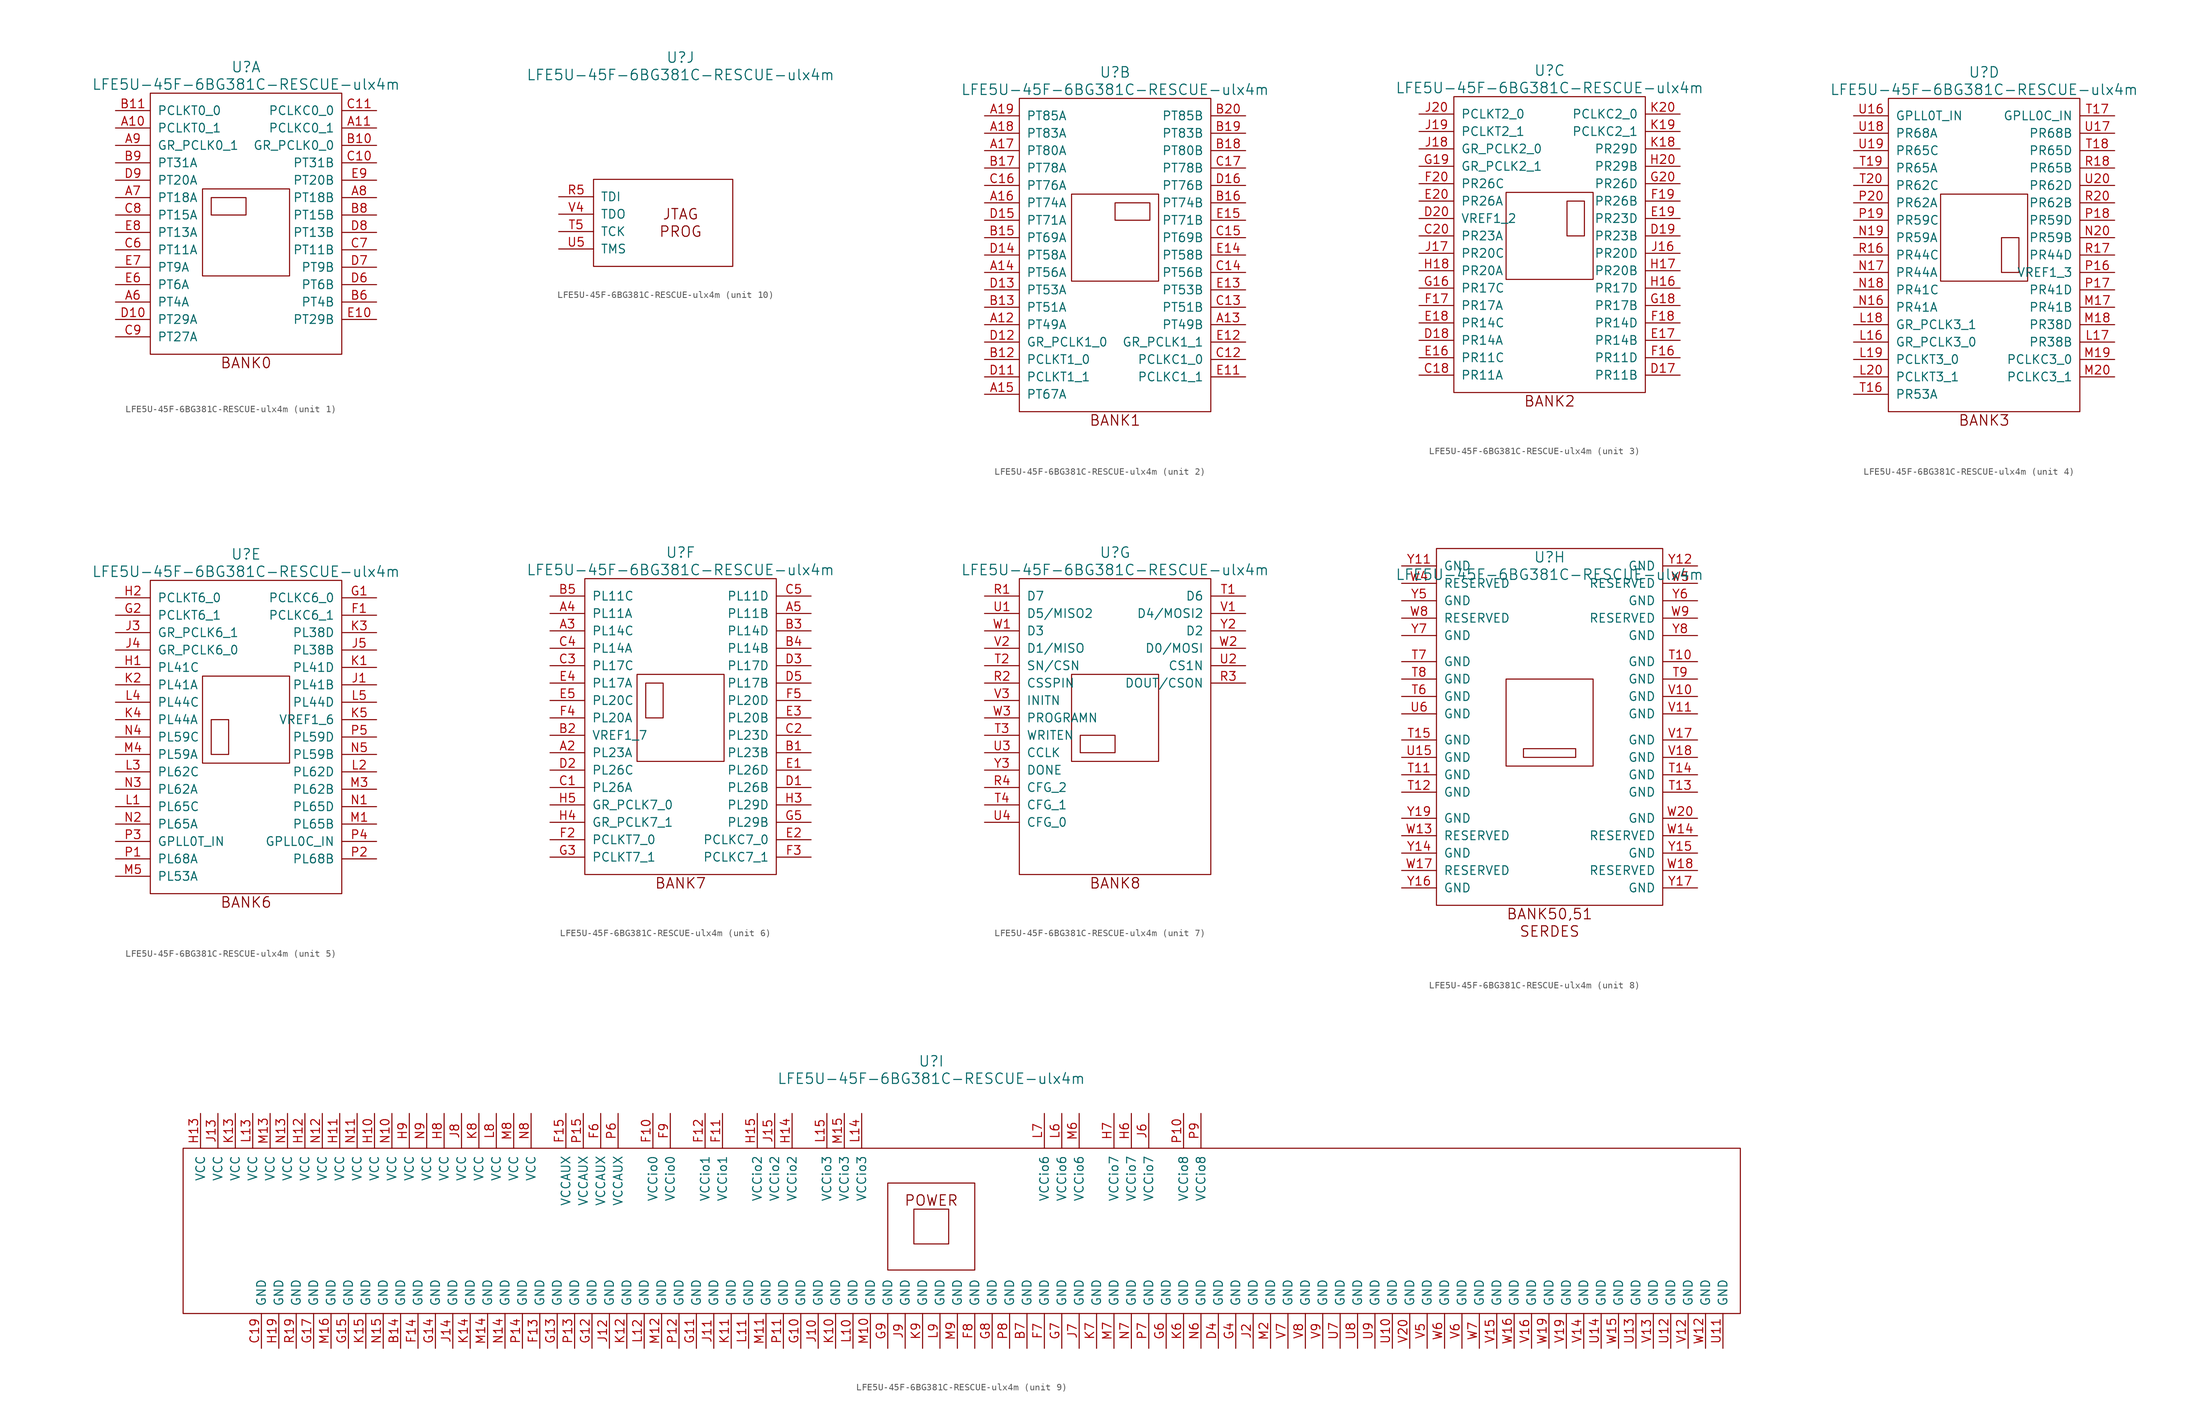
<source format=kicad_sym>
(kicad_symbol_lib
  (version 20231120)
  (generator "kicad_symbol_editor")
  (generator_version "8.0")
  (symbol "LFE5U-45F-6BG381C-RESCUE-ulx4m"
    (pin_names
      (offset 1.016))
    (property "Reference" "U"
      (at 0 24.13 0)
      (effects (font (size 1.524 1.524))))
    (property "Value" "LFE5U-45F-6BG381C-RESCUE-ulx4m"
      (at 0 21.59 0)
      (effects (font (size 1.524 1.524))))
    (property "Footprint" ""
      (at -26.67 24.13 0)
      (effects (font (size 1.524 1.524))))
    (property "Datasheet" ""
      (at -26.67 24.13 0)
      (effects (font (size 1.524 1.524))))
    (property "ki_locked" ""
      (at 0 0 0)
      (effects (font (size 1.27 1.27))))
    (symbol "LFE5U-45F-6BG381C-RESCUE-ulx4m_1_1"
      (rectangle (start -13.97 20.32) (end 13.97 -17.78) (stroke (width 0) (type solid)) (fill (type none)))
      (rectangle (start -6.35 6.35) (end 6.35 -6.35) (stroke (width 0) (type solid)) (fill (type none)))
      (rectangle (start -5.08 5.08) (end 0 2.54) (stroke (width 0) (type solid)) (fill (type none)))
      (text "BANK0" (at 0 -19.05 0) (effects (font (size 1.524 1.524))))
      (pin input line (at -19.05 15.24 0) (length 5.08) (name "PCLKT0_1" (effects (font (size 1.27 1.27)))) (number "A10" (effects (font (size 1.27 1.27)))))
      (pin input line (at 19.05 15.24 180) (length 5.08) (name "PCLKC0_1" (effects (font (size 1.27 1.27)))) (number "A11" (effects (font (size 1.27 1.27)))))
      (pin input line (at -19.05 -10.16 0) (length 5.08) (name "PT4A" (effects (font (size 1.27 1.27)))) (number "A6" (effects (font (size 1.27 1.27)))))
      (pin input line (at -19.05 5.08 0) (length 5.08) (name "PT18A" (effects (font (size 1.27 1.27)))) (number "A7" (effects (font (size 1.27 1.27)))))
      (pin input line (at 19.05 5.08 180) (length 5.08) (name "PT18B" (effects (font (size 1.27 1.27)))) (number "A8" (effects (font (size 1.27 1.27)))))
      (pin input line (at -19.05 12.7 0) (length 5.08) (name "GR_PCLK0_1" (effects (font (size 1.27 1.27)))) (number "A9" (effects (font (size 1.27 1.27)))))
      (pin input line (at 19.05 12.7 180) (length 5.08) (name "GR_PCLK0_0" (effects (font (size 1.27 1.27)))) (number "B10" (effects (font (size 1.27 1.27)))))
      (pin input line (at -19.05 17.78 0) (length 5.08) (name "PCLKT0_0" (effects (font (size 1.27 1.27)))) (number "B11" (effects (font (size 1.27 1.27)))))
      (pin input line (at 19.05 -10.16 180) (length 5.08) (name "PT4B" (effects (font (size 1.27 1.27)))) (number "B6" (effects (font (size 1.27 1.27)))))
      (pin input line (at 19.05 2.54 180) (length 5.08) (name "PT15B" (effects (font (size 1.27 1.27)))) (number "B8" (effects (font (size 1.27 1.27)))))
      (pin input line (at -19.05 10.16 0) (length 5.08) (name "PT31A" (effects (font (size 1.27 1.27)))) (number "B9" (effects (font (size 1.27 1.27)))))
      (pin input line (at 19.05 10.16 180) (length 5.08) (name "PT31B" (effects (font (size 1.27 1.27)))) (number "C10" (effects (font (size 1.27 1.27)))))
      (pin input line (at 19.05 17.78 180) (length 5.08) (name "PCLKC0_0" (effects (font (size 1.27 1.27)))) (number "C11" (effects (font (size 1.27 1.27)))))
      (pin input line (at -19.05 -2.54 0) (length 5.08) (name "PT11A" (effects (font (size 1.27 1.27)))) (number "C6" (effects (font (size 1.27 1.27)))))
      (pin input line (at 19.05 -2.54 180) (length 5.08) (name "PT11B" (effects (font (size 1.27 1.27)))) (number "C7" (effects (font (size 1.27 1.27)))))
      (pin input line (at -19.05 2.54 0) (length 5.08) (name "PT15A" (effects (font (size 1.27 1.27)))) (number "C8" (effects (font (size 1.27 1.27)))))
      (pin input line (at -19.05 -15.24 0) (length 5.08) (name "PT27A" (effects (font (size 1.27 1.27)))) (number "C9" (effects (font (size 1.27 1.27)))))
      (pin input line (at -19.05 -12.7 0) (length 5.08) (name "PT29A" (effects (font (size 1.27 1.27)))) (number "D10" (effects (font (size 1.27 1.27)))))
      (pin input line (at 19.05 -7.62 180) (length 5.08) (name "PT6B" (effects (font (size 1.27 1.27)))) (number "D6" (effects (font (size 1.27 1.27)))))
      (pin input line (at 19.05 -5.08 180) (length 5.08) (name "PT9B" (effects (font (size 1.27 1.27)))) (number "D7" (effects (font (size 1.27 1.27)))))
      (pin input line (at 19.05 0 180) (length 5.08) (name "PT13B" (effects (font (size 1.27 1.27)))) (number "D8" (effects (font (size 1.27 1.27)))))
      (pin input line (at -19.05 7.62 0) (length 5.08) (name "PT20A" (effects (font (size 1.27 1.27)))) (number "D9" (effects (font (size 1.27 1.27)))))
      (pin input line (at 19.05 -12.7 180) (length 5.08) (name "PT29B" (effects (font (size 1.27 1.27)))) (number "E10" (effects (font (size 1.27 1.27)))))
      (pin input line (at -19.05 -7.62 0) (length 5.08) (name "PT6A" (effects (font (size 1.27 1.27)))) (number "E6" (effects (font (size 1.27 1.27)))))
      (pin input line (at -19.05 -5.08 0) (length 5.08) (name "PT9A" (effects (font (size 1.27 1.27)))) (number "E7" (effects (font (size 1.27 1.27)))))
      (pin input line (at -19.05 0 0) (length 5.08) (name "PT13A" (effects (font (size 1.27 1.27)))) (number "E8" (effects (font (size 1.27 1.27)))))
      (pin input line (at 19.05 7.62 180) (length 5.08) (name "PT20B" (effects (font (size 1.27 1.27)))) (number "E9" (effects (font (size 1.27 1.27))))))
    (symbol "LFE5U-45F-6BG381C-RESCUE-ulx4m_2_0"
      (text "BANK1" (at 0 -26.67 0) (effects (font (size 1.524 1.524)))))
    (symbol "LFE5U-45F-6BG381C-RESCUE-ulx4m_2_1"
      (rectangle (start -13.97 20.32) (end 13.97 -25.4) (stroke (width 0) (type solid)) (fill (type none)))
      (rectangle (start -6.35 6.35) (end 6.35 -6.35) (stroke (width 0) (type solid)) (fill (type none)))
      (rectangle (start 0 5.08) (end 5.08 2.54) (stroke (width 0) (type solid)) (fill (type none)))
      (pin input line (at -19.05 -12.7 0) (length 5.08) (name "PT49A" (effects (font (size 1.27 1.27)))) (number "A12" (effects (font (size 1.27 1.27)))))
      (pin input line (at 19.05 -12.7 180) (length 5.08) (name "PT49B" (effects (font (size 1.27 1.27)))) (number "A13" (effects (font (size 1.27 1.27)))))
      (pin input line (at -19.05 -5.08 0) (length 5.08) (name "PT56A" (effects (font (size 1.27 1.27)))) (number "A14" (effects (font (size 1.27 1.27)))))
      (pin input line (at -19.05 -22.86 0) (length 5.08) (name "PT67A" (effects (font (size 1.27 1.27)))) (number "A15" (effects (font (size 1.27 1.27)))))
      (pin input line (at -19.05 5.08 0) (length 5.08) (name "PT74A" (effects (font (size 1.27 1.27)))) (number "A16" (effects (font (size 1.27 1.27)))))
      (pin input line (at -19.05 12.7 0) (length 5.08) (name "PT80A" (effects (font (size 1.27 1.27)))) (number "A17" (effects (font (size 1.27 1.27)))))
      (pin input line (at -19.05 15.24 0) (length 5.08) (name "PT83A" (effects (font (size 1.27 1.27)))) (number "A18" (effects (font (size 1.27 1.27)))))
      (pin input line (at -19.05 17.78 0) (length 5.08) (name "PT85A" (effects (font (size 1.27 1.27)))) (number "A19" (effects (font (size 1.27 1.27)))))
      (pin input line (at -19.05 -17.78 0) (length 5.08) (name "PCLKT1_0" (effects (font (size 1.27 1.27)))) (number "B12" (effects (font (size 1.27 1.27)))))
      (pin input line (at -19.05 -10.16 0) (length 5.08) (name "PT51A" (effects (font (size 1.27 1.27)))) (number "B13" (effects (font (size 1.27 1.27)))))
      (pin input line (at -19.05 0 0) (length 5.08) (name "PT69A" (effects (font (size 1.27 1.27)))) (number "B15" (effects (font (size 1.27 1.27)))))
      (pin input line (at 19.05 5.08 180) (length 5.08) (name "PT74B" (effects (font (size 1.27 1.27)))) (number "B16" (effects (font (size 1.27 1.27)))))
      (pin input line (at -19.05 10.16 0) (length 5.08) (name "PT78A" (effects (font (size 1.27 1.27)))) (number "B17" (effects (font (size 1.27 1.27)))))
      (pin input line (at 19.05 12.7 180) (length 5.08) (name "PT80B" (effects (font (size 1.27 1.27)))) (number "B18" (effects (font (size 1.27 1.27)))))
      (pin input line (at 19.05 15.24 180) (length 5.08) (name "PT83B" (effects (font (size 1.27 1.27)))) (number "B19" (effects (font (size 1.27 1.27)))))
      (pin input line (at 19.05 17.78 180) (length 5.08) (name "PT85B" (effects (font (size 1.27 1.27)))) (number "B20" (effects (font (size 1.27 1.27)))))
      (pin input line (at 19.05 -17.78 180) (length 5.08) (name "PCLKC1_0" (effects (font (size 1.27 1.27)))) (number "C12" (effects (font (size 1.27 1.27)))))
      (pin input line (at 19.05 -10.16 180) (length 5.08) (name "PT51B" (effects (font (size 1.27 1.27)))) (number "C13" (effects (font (size 1.27 1.27)))))
      (pin input line (at 19.05 -5.08 180) (length 5.08) (name "PT56B" (effects (font (size 1.27 1.27)))) (number "C14" (effects (font (size 1.27 1.27)))))
      (pin input line (at 19.05 0 180) (length 5.08) (name "PT69B" (effects (font (size 1.27 1.27)))) (number "C15" (effects (font (size 1.27 1.27)))))
      (pin input line (at -19.05 7.62 0) (length 5.08) (name "PT76A" (effects (font (size 1.27 1.27)))) (number "C16" (effects (font (size 1.27 1.27)))))
      (pin input line (at 19.05 10.16 180) (length 5.08) (name "PT78B" (effects (font (size 1.27 1.27)))) (number "C17" (effects (font (size 1.27 1.27)))))
      (pin input line (at -19.05 -20.32 0) (length 5.08) (name "PCLKT1_1" (effects (font (size 1.27 1.27)))) (number "D11" (effects (font (size 1.27 1.27)))))
      (pin input line (at -19.05 -15.24 0) (length 5.08) (name "GR_PCLK1_0" (effects (font (size 1.27 1.27)))) (number "D12" (effects (font (size 1.27 1.27)))))
      (pin input line (at -19.05 -7.62 0) (length 5.08) (name "PT53A" (effects (font (size 1.27 1.27)))) (number "D13" (effects (font (size 1.27 1.27)))))
      (pin input line (at -19.05 -2.54 0) (length 5.08) (name "PT58A" (effects (font (size 1.27 1.27)))) (number "D14" (effects (font (size 1.27 1.27)))))
      (pin input line (at -19.05 2.54 0) (length 5.08) (name "PT71A" (effects (font (size 1.27 1.27)))) (number "D15" (effects (font (size 1.27 1.27)))))
      (pin input line (at 19.05 7.62 180) (length 5.08) (name "PT76B" (effects (font (size 1.27 1.27)))) (number "D16" (effects (font (size 1.27 1.27)))))
      (pin input line (at 19.05 -20.32 180) (length 5.08) (name "PCLKC1_1" (effects (font (size 1.27 1.27)))) (number "E11" (effects (font (size 1.27 1.27)))))
      (pin input line (at 19.05 -15.24 180) (length 5.08) (name "GR_PCLK1_1" (effects (font (size 1.27 1.27)))) (number "E12" (effects (font (size 1.27 1.27)))))
      (pin input line (at 19.05 -7.62 180) (length 5.08) (name "PT53B" (effects (font (size 1.27 1.27)))) (number "E13" (effects (font (size 1.27 1.27)))))
      (pin input line (at 19.05 -2.54 180) (length 5.08) (name "PT58B" (effects (font (size 1.27 1.27)))) (number "E14" (effects (font (size 1.27 1.27)))))
      (pin input line (at 19.05 2.54 180) (length 5.08) (name "PT71B" (effects (font (size 1.27 1.27)))) (number "E15" (effects (font (size 1.27 1.27))))))
    (symbol "LFE5U-45F-6BG381C-RESCUE-ulx4m_3_0"
      (text "BANK2" (at 0 -24.13 0) (effects (font (size 1.524 1.524)))))
    (symbol "LFE5U-45F-6BG381C-RESCUE-ulx4m_3_1"
      (rectangle (start -13.97 20.32) (end 13.97 -22.86) (stroke (width 0) (type solid)) (fill (type none)))
      (rectangle (start -6.35 6.35) (end 6.35 -6.35) (stroke (width 0) (type solid)) (fill (type none)))
      (rectangle (start 5.08 5.08) (end 2.54 0) (stroke (width 0) (type solid)) (fill (type none)))
      (pin input line (at -19.05 -20.32 0) (length 5.08) (name "PR11A" (effects (font (size 1.27 1.27)))) (number "C18" (effects (font (size 1.27 1.27)))))
      (pin input line (at -19.05 0 0) (length 5.08) (name "PR23A" (effects (font (size 1.27 1.27)))) (number "C20" (effects (font (size 1.27 1.27)))))
      (pin input line (at 19.05 -20.32 180) (length 5.08) (name "PR11B" (effects (font (size 1.27 1.27)))) (number "D17" (effects (font (size 1.27 1.27)))))
      (pin input line (at -19.05 -15.24 0) (length 5.08) (name "PR14A" (effects (font (size 1.27 1.27)))) (number "D18" (effects (font (size 1.27 1.27)))))
      (pin input line (at 19.05 0 180) (length 5.08) (name "PR23B" (effects (font (size 1.27 1.27)))) (number "D19" (effects (font (size 1.27 1.27)))))
      (pin input line (at -19.05 2.54 0) (length 5.08) (name "VREF1_2" (effects (font (size 1.27 1.27)))) (number "D20" (effects (font (size 1.27 1.27)))))
      (pin input line (at -19.05 -17.78 0) (length 5.08) (name "PR11C" (effects (font (size 1.27 1.27)))) (number "E16" (effects (font (size 1.27 1.27)))))
      (pin input line (at 19.05 -15.24 180) (length 5.08) (name "PR14B" (effects (font (size 1.27 1.27)))) (number "E17" (effects (font (size 1.27 1.27)))))
      (pin input line (at -19.05 -12.7 0) (length 5.08) (name "PR14C" (effects (font (size 1.27 1.27)))) (number "E18" (effects (font (size 1.27 1.27)))))
      (pin input line (at 19.05 2.54 180) (length 5.08) (name "PR23D" (effects (font (size 1.27 1.27)))) (number "E19" (effects (font (size 1.27 1.27)))))
      (pin input line (at -19.05 5.08 0) (length 5.08) (name "PR26A" (effects (font (size 1.27 1.27)))) (number "E20" (effects (font (size 1.27 1.27)))))
      (pin input line (at 19.05 -17.78 180) (length 5.08) (name "PR11D" (effects (font (size 1.27 1.27)))) (number "F16" (effects (font (size 1.27 1.27)))))
      (pin input line (at -19.05 -10.16 0) (length 5.08) (name "PR17A" (effects (font (size 1.27 1.27)))) (number "F17" (effects (font (size 1.27 1.27)))))
      (pin input line (at 19.05 -12.7 180) (length 5.08) (name "PR14D" (effects (font (size 1.27 1.27)))) (number "F18" (effects (font (size 1.27 1.27)))))
      (pin input line (at 19.05 5.08 180) (length 5.08) (name "PR26B" (effects (font (size 1.27 1.27)))) (number "F19" (effects (font (size 1.27 1.27)))))
      (pin input line (at -19.05 7.62 0) (length 5.08) (name "PR26C" (effects (font (size 1.27 1.27)))) (number "F20" (effects (font (size 1.27 1.27)))))
      (pin input line (at -19.05 -7.62 0) (length 5.08) (name "PR17C" (effects (font (size 1.27 1.27)))) (number "G16" (effects (font (size 1.27 1.27)))))
      (pin input line (at 19.05 -10.16 180) (length 5.08) (name "PR17B" (effects (font (size 1.27 1.27)))) (number "G18" (effects (font (size 1.27 1.27)))))
      (pin input line (at -19.05 10.16 0) (length 5.08) (name "GR_PCLK2_1" (effects (font (size 1.27 1.27)))) (number "G19" (effects (font (size 1.27 1.27)))))
      (pin input line (at 19.05 7.62 180) (length 5.08) (name "PR26D" (effects (font (size 1.27 1.27)))) (number "G20" (effects (font (size 1.27 1.27)))))
      (pin input line (at 19.05 -7.62 180) (length 5.08) (name "PR17D" (effects (font (size 1.27 1.27)))) (number "H16" (effects (font (size 1.27 1.27)))))
      (pin input line (at 19.05 -5.08 180) (length 5.08) (name "PR20B" (effects (font (size 1.27 1.27)))) (number "H17" (effects (font (size 1.27 1.27)))))
      (pin input line (at -19.05 -5.08 0) (length 5.08) (name "PR20A" (effects (font (size 1.27 1.27)))) (number "H18" (effects (font (size 1.27 1.27)))))
      (pin input line (at 19.05 10.16 180) (length 5.08) (name "PR29B" (effects (font (size 1.27 1.27)))) (number "H20" (effects (font (size 1.27 1.27)))))
      (pin input line (at 19.05 -2.54 180) (length 5.08) (name "PR20D" (effects (font (size 1.27 1.27)))) (number "J16" (effects (font (size 1.27 1.27)))))
      (pin input line (at -19.05 -2.54 0) (length 5.08) (name "PR20C" (effects (font (size 1.27 1.27)))) (number "J17" (effects (font (size 1.27 1.27)))))
      (pin input line (at -19.05 12.7 0) (length 5.08) (name "GR_PCLK2_0" (effects (font (size 1.27 1.27)))) (number "J18" (effects (font (size 1.27 1.27)))))
      (pin input line (at -19.05 15.24 0) (length 5.08) (name "PCLKT2_1" (effects (font (size 1.27 1.27)))) (number "J19" (effects (font (size 1.27 1.27)))))
      (pin input line (at -19.05 17.78 0) (length 5.08) (name "PCLKT2_0" (effects (font (size 1.27 1.27)))) (number "J20" (effects (font (size 1.27 1.27)))))
      (pin input line (at 19.05 12.7 180) (length 5.08) (name "PR29D" (effects (font (size 1.27 1.27)))) (number "K18" (effects (font (size 1.27 1.27)))))
      (pin input line (at 19.05 15.24 180) (length 5.08) (name "PCLKC2_1" (effects (font (size 1.27 1.27)))) (number "K19" (effects (font (size 1.27 1.27)))))
      (pin input line (at 19.05 17.78 180) (length 5.08) (name "PCLKC2_0" (effects (font (size 1.27 1.27)))) (number "K20" (effects (font (size 1.27 1.27))))))
    (symbol "LFE5U-45F-6BG381C-RESCUE-ulx4m_4_0"
      (text "BANK3" (at 0 -26.67 0) (effects (font (size 1.524 1.524)))))
    (symbol "LFE5U-45F-6BG381C-RESCUE-ulx4m_4_1"
      (rectangle (start -13.97 20.32) (end 13.97 -25.4) (stroke (width 0) (type solid)) (fill (type none)))
      (rectangle (start -6.35 6.35) (end 6.35 -6.35) (stroke (width 0) (type solid)) (fill (type none)))
      (rectangle (start 2.54 0) (end 5.08 -5.08) (stroke (width 0) (type solid)) (fill (type none)))
      (pin input line (at -19.05 -15.24 0) (length 5.08) (name "GR_PCLK3_0" (effects (font (size 1.27 1.27)))) (number "L16" (effects (font (size 1.27 1.27)))))
      (pin input line (at 19.05 -15.24 180) (length 5.08) (name "PR38B" (effects (font (size 1.27 1.27)))) (number "L17" (effects (font (size 1.27 1.27)))))
      (pin input line (at -19.05 -12.7 0) (length 5.08) (name "GR_PCLK3_1" (effects (font (size 1.27 1.27)))) (number "L18" (effects (font (size 1.27 1.27)))))
      (pin input line (at -19.05 -17.78 0) (length 5.08) (name "PCLKT3_0" (effects (font (size 1.27 1.27)))) (number "L19" (effects (font (size 1.27 1.27)))))
      (pin input line (at -19.05 -20.32 0) (length 5.08) (name "PCLKT3_1" (effects (font (size 1.27 1.27)))) (number "L20" (effects (font (size 1.27 1.27)))))
      (pin input line (at 19.05 -10.16 180) (length 5.08) (name "PR41B" (effects (font (size 1.27 1.27)))) (number "M17" (effects (font (size 1.27 1.27)))))
      (pin input line (at 19.05 -12.7 180) (length 5.08) (name "PR38D" (effects (font (size 1.27 1.27)))) (number "M18" (effects (font (size 1.27 1.27)))))
      (pin input line (at 19.05 -17.78 180) (length 5.08) (name "PCLKC3_0" (effects (font (size 1.27 1.27)))) (number "M19" (effects (font (size 1.27 1.27)))))
      (pin input line (at 19.05 -20.32 180) (length 5.08) (name "PCLKC3_1" (effects (font (size 1.27 1.27)))) (number "M20" (effects (font (size 1.27 1.27)))))
      (pin input line (at -19.05 -10.16 0) (length 5.08) (name "PR41A" (effects (font (size 1.27 1.27)))) (number "N16" (effects (font (size 1.27 1.27)))))
      (pin input line (at -19.05 -5.08 0) (length 5.08) (name "PR44A" (effects (font (size 1.27 1.27)))) (number "N17" (effects (font (size 1.27 1.27)))))
      (pin input line (at -19.05 -7.62 0) (length 5.08) (name "PR41C" (effects (font (size 1.27 1.27)))) (number "N18" (effects (font (size 1.27 1.27)))))
      (pin input line (at -19.05 0 0) (length 5.08) (name "PR59A" (effects (font (size 1.27 1.27)))) (number "N19" (effects (font (size 1.27 1.27)))))
      (pin input line (at 19.05 0 180) (length 5.08) (name "PR59B" (effects (font (size 1.27 1.27)))) (number "N20" (effects (font (size 1.27 1.27)))))
      (pin input line (at 19.05 -5.08 180) (length 5.08) (name "VREF1_3" (effects (font (size 1.27 1.27)))) (number "P16" (effects (font (size 1.27 1.27)))))
      (pin input line (at 19.05 -7.62 180) (length 5.08) (name "PR41D" (effects (font (size 1.27 1.27)))) (number "P17" (effects (font (size 1.27 1.27)))))
      (pin input line (at 19.05 2.54 180) (length 5.08) (name "PR59D" (effects (font (size 1.27 1.27)))) (number "P18" (effects (font (size 1.27 1.27)))))
      (pin input line (at -19.05 2.54 0) (length 5.08) (name "PR59C" (effects (font (size 1.27 1.27)))) (number "P19" (effects (font (size 1.27 1.27)))))
      (pin input line (at -19.05 5.08 0) (length 5.08) (name "PR62A" (effects (font (size 1.27 1.27)))) (number "P20" (effects (font (size 1.27 1.27)))))
      (pin input line (at -19.05 -2.54 0) (length 5.08) (name "PR44C" (effects (font (size 1.27 1.27)))) (number "R16" (effects (font (size 1.27 1.27)))))
      (pin input line (at 19.05 -2.54 180) (length 5.08) (name "PR44D" (effects (font (size 1.27 1.27)))) (number "R17" (effects (font (size 1.27 1.27)))))
      (pin input line (at 19.05 10.16 180) (length 5.08) (name "PR65B" (effects (font (size 1.27 1.27)))) (number "R18" (effects (font (size 1.27 1.27)))))
      (pin input line (at 19.05 5.08 180) (length 5.08) (name "PR62B" (effects (font (size 1.27 1.27)))) (number "R20" (effects (font (size 1.27 1.27)))))
      (pin input line (at -19.05 -22.86 0) (length 5.08) (name "PR53A" (effects (font (size 1.27 1.27)))) (number "T16" (effects (font (size 1.27 1.27)))))
      (pin input line (at 19.05 17.78 180) (length 5.08) (name "GPLL0C_IN" (effects (font (size 1.27 1.27)))) (number "T17" (effects (font (size 1.27 1.27)))))
      (pin input line (at 19.05 12.7 180) (length 5.08) (name "PR65D" (effects (font (size 1.27 1.27)))) (number "T18" (effects (font (size 1.27 1.27)))))
      (pin input line (at -19.05 10.16 0) (length 5.08) (name "PR65A" (effects (font (size 1.27 1.27)))) (number "T19" (effects (font (size 1.27 1.27)))))
      (pin input line (at -19.05 7.62 0) (length 5.08) (name "PR62C" (effects (font (size 1.27 1.27)))) (number "T20" (effects (font (size 1.27 1.27)))))
      (pin input line (at -19.05 17.78 0) (length 5.08) (name "GPLL0T_IN" (effects (font (size 1.27 1.27)))) (number "U16" (effects (font (size 1.27 1.27)))))
      (pin input line (at 19.05 15.24 180) (length 5.08) (name "PR68B" (effects (font (size 1.27 1.27)))) (number "U17" (effects (font (size 1.27 1.27)))))
      (pin input line (at -19.05 15.24 0) (length 5.08) (name "PR68A" (effects (font (size 1.27 1.27)))) (number "U18" (effects (font (size 1.27 1.27)))))
      (pin input line (at -19.05 12.7 0) (length 5.08) (name "PR65C" (effects (font (size 1.27 1.27)))) (number "U19" (effects (font (size 1.27 1.27)))))
      (pin input line (at 19.05 7.62 180) (length 5.08) (name "PR62D" (effects (font (size 1.27 1.27)))) (number "U20" (effects (font (size 1.27 1.27))))))
    (symbol "LFE5U-45F-6BG381C-RESCUE-ulx4m_5_0"
      (text "BANK6" (at 0 -26.67 0) (effects (font (size 1.524 1.524)))))
    (symbol "LFE5U-45F-6BG381C-RESCUE-ulx4m_5_1"
      (rectangle (start -13.97 20.32) (end 13.97 -25.4) (stroke (width 0) (type solid)) (fill (type none)))
      (rectangle (start -6.35 6.35) (end 6.35 -6.35) (stroke (width 0) (type solid)) (fill (type none)))
      (rectangle (start -5.08 0) (end -2.54 -5.08) (stroke (width 0) (type solid)) (fill (type none)))
      (pin input line (at 19.05 15.24 180) (length 5.08) (name "PCLKC6_1" (effects (font (size 1.27 1.27)))) (number "F1" (effects (font (size 1.27 1.27)))))
      (pin input line (at 19.05 17.78 180) (length 5.08) (name "PCLKC6_0" (effects (font (size 1.27 1.27)))) (number "G1" (effects (font (size 1.27 1.27)))))
      (pin input line (at -19.05 15.24 0) (length 5.08) (name "PCLKT6_1" (effects (font (size 1.27 1.27)))) (number "G2" (effects (font (size 1.27 1.27)))))
      (pin input line (at -19.05 7.62 0) (length 5.08) (name "PL41C" (effects (font (size 1.27 1.27)))) (number "H1" (effects (font (size 1.27 1.27)))))
      (pin input line (at -19.05 17.78 0) (length 5.08) (name "PCLKT6_0" (effects (font (size 1.27 1.27)))) (number "H2" (effects (font (size 1.27 1.27)))))
      (pin input line (at 19.05 5.08 180) (length 5.08) (name "PL41B" (effects (font (size 1.27 1.27)))) (number "J1" (effects (font (size 1.27 1.27)))))
      (pin input line (at -19.05 12.7 0) (length 5.08) (name "GR_PCLK6_1" (effects (font (size 1.27 1.27)))) (number "J3" (effects (font (size 1.27 1.27)))))
      (pin input line (at -19.05 10.16 0) (length 5.08) (name "GR_PCLK6_0" (effects (font (size 1.27 1.27)))) (number "J4" (effects (font (size 1.27 1.27)))))
      (pin input line (at 19.05 10.16 180) (length 5.08) (name "PL38B" (effects (font (size 1.27 1.27)))) (number "J5" (effects (font (size 1.27 1.27)))))
      (pin input line (at 19.05 7.62 180) (length 5.08) (name "PL41D" (effects (font (size 1.27 1.27)))) (number "K1" (effects (font (size 1.27 1.27)))))
      (pin input line (at -19.05 5.08 0) (length 5.08) (name "PL41A" (effects (font (size 1.27 1.27)))) (number "K2" (effects (font (size 1.27 1.27)))))
      (pin input line (at 19.05 12.7 180) (length 5.08) (name "PL38D" (effects (font (size 1.27 1.27)))) (number "K3" (effects (font (size 1.27 1.27)))))
      (pin input line (at -19.05 0 0) (length 5.08) (name "PL44A" (effects (font (size 1.27 1.27)))) (number "K4" (effects (font (size 1.27 1.27)))))
      (pin input line (at 19.05 0 180) (length 5.08) (name "VREF1_6" (effects (font (size 1.27 1.27)))) (number "K5" (effects (font (size 1.27 1.27)))))
      (pin input line (at -19.05 -12.7 0) (length 5.08) (name "PL65C" (effects (font (size 1.27 1.27)))) (number "L1" (effects (font (size 1.27 1.27)))))
      (pin input line (at 19.05 -7.62 180) (length 5.08) (name "PL62D" (effects (font (size 1.27 1.27)))) (number "L2" (effects (font (size 1.27 1.27)))))
      (pin input line (at -19.05 -7.62 0) (length 5.08) (name "PL62C" (effects (font (size 1.27 1.27)))) (number "L3" (effects (font (size 1.27 1.27)))))
      (pin input line (at -19.05 2.54 0) (length 5.08) (name "PL44C" (effects (font (size 1.27 1.27)))) (number "L4" (effects (font (size 1.27 1.27)))))
      (pin input line (at 19.05 2.54 180) (length 5.08) (name "PL44D" (effects (font (size 1.27 1.27)))) (number "L5" (effects (font (size 1.27 1.27)))))
      (pin input line (at 19.05 -15.24 180) (length 5.08) (name "PL65B" (effects (font (size 1.27 1.27)))) (number "M1" (effects (font (size 1.27 1.27)))))
      (pin input line (at 19.05 -10.16 180) (length 5.08) (name "PL62B" (effects (font (size 1.27 1.27)))) (number "M3" (effects (font (size 1.27 1.27)))))
      (pin input line (at -19.05 -5.08 0) (length 5.08) (name "PL59A" (effects (font (size 1.27 1.27)))) (number "M4" (effects (font (size 1.27 1.27)))))
      (pin input line (at -19.05 -22.86 0) (length 5.08) (name "PL53A" (effects (font (size 1.27 1.27)))) (number "M5" (effects (font (size 1.27 1.27)))))
      (pin input line (at 19.05 -12.7 180) (length 5.08) (name "PL65D" (effects (font (size 1.27 1.27)))) (number "N1" (effects (font (size 1.27 1.27)))))
      (pin input line (at -19.05 -15.24 0) (length 5.08) (name "PL65A" (effects (font (size 1.27 1.27)))) (number "N2" (effects (font (size 1.27 1.27)))))
      (pin input line (at -19.05 -10.16 0) (length 5.08) (name "PL62A" (effects (font (size 1.27 1.27)))) (number "N3" (effects (font (size 1.27 1.27)))))
      (pin input line (at -19.05 -2.54 0) (length 5.08) (name "PL59C" (effects (font (size 1.27 1.27)))) (number "N4" (effects (font (size 1.27 1.27)))))
      (pin input line (at 19.05 -5.08 180) (length 5.08) (name "PL59B" (effects (font (size 1.27 1.27)))) (number "N5" (effects (font (size 1.27 1.27)))))
      (pin input line (at -19.05 -20.32 0) (length 5.08) (name "PL68A" (effects (font (size 1.27 1.27)))) (number "P1" (effects (font (size 1.27 1.27)))))
      (pin input line (at 19.05 -20.32 180) (length 5.08) (name "PL68B" (effects (font (size 1.27 1.27)))) (number "P2" (effects (font (size 1.27 1.27)))))
      (pin input line (at -19.05 -17.78 0) (length 5.08) (name "GPLL0T_IN" (effects (font (size 1.27 1.27)))) (number "P3" (effects (font (size 1.27 1.27)))))
      (pin input line (at 19.05 -17.78 180) (length 5.08) (name "GPLL0C_IN" (effects (font (size 1.27 1.27)))) (number "P4" (effects (font (size 1.27 1.27)))))
      (pin input line (at 19.05 -2.54 180) (length 5.08) (name "PL59D" (effects (font (size 1.27 1.27)))) (number "P5" (effects (font (size 1.27 1.27))))))
    (symbol "LFE5U-45F-6BG381C-RESCUE-ulx4m_6_0"
      (text "BANK7" (at 0 -24.13 0) (effects (font (size 1.524 1.524)))))
    (symbol "LFE5U-45F-6BG381C-RESCUE-ulx4m_6_1"
      (rectangle (start -13.97 20.32) (end 13.97 -22.86) (stroke (width 0) (type solid)) (fill (type none)))
      (rectangle (start -6.35 6.35) (end 6.35 -6.35) (stroke (width 0) (type solid)) (fill (type none)))
      (rectangle (start -5.08 5.08) (end -2.54 0) (stroke (width 0) (type solid)) (fill (type none)))
      (pin input line (at -19.05 -5.08 0) (length 5.08) (name "PL23A" (effects (font (size 1.27 1.27)))) (number "A2" (effects (font (size 1.27 1.27)))))
      (pin input line (at -19.05 12.7 0) (length 5.08) (name "PL14C" (effects (font (size 1.27 1.27)))) (number "A3" (effects (font (size 1.27 1.27)))))
      (pin input line (at -19.05 15.24 0) (length 5.08) (name "PL11A" (effects (font (size 1.27 1.27)))) (number "A4" (effects (font (size 1.27 1.27)))))
      (pin input line (at 19.05 15.24 180) (length 5.08) (name "PL11B" (effects (font (size 1.27 1.27)))) (number "A5" (effects (font (size 1.27 1.27)))))
      (pin input line (at 19.05 -5.08 180) (length 5.08) (name "PL23B" (effects (font (size 1.27 1.27)))) (number "B1" (effects (font (size 1.27 1.27)))))
      (pin input line (at -19.05 -2.54 0) (length 5.08) (name "VREF1_7" (effects (font (size 1.27 1.27)))) (number "B2" (effects (font (size 1.27 1.27)))))
      (pin input line (at 19.05 12.7 180) (length 5.08) (name "PL14D" (effects (font (size 1.27 1.27)))) (number "B3" (effects (font (size 1.27 1.27)))))
      (pin input line (at 19.05 10.16 180) (length 5.08) (name "PL14B" (effects (font (size 1.27 1.27)))) (number "B4" (effects (font (size 1.27 1.27)))))
      (pin input line (at -19.05 17.78 0) (length 5.08) (name "PL11C" (effects (font (size 1.27 1.27)))) (number "B5" (effects (font (size 1.27 1.27)))))
      (pin input line (at -19.05 -10.16 0) (length 5.08) (name "PL26A" (effects (font (size 1.27 1.27)))) (number "C1" (effects (font (size 1.27 1.27)))))
      (pin input line (at 19.05 -2.54 180) (length 5.08) (name "PL23D" (effects (font (size 1.27 1.27)))) (number "C2" (effects (font (size 1.27 1.27)))))
      (pin input line (at -19.05 7.62 0) (length 5.08) (name "PL17C" (effects (font (size 1.27 1.27)))) (number "C3" (effects (font (size 1.27 1.27)))))
      (pin input line (at -19.05 10.16 0) (length 5.08) (name "PL14A" (effects (font (size 1.27 1.27)))) (number "C4" (effects (font (size 1.27 1.27)))))
      (pin input line (at 19.05 17.78 180) (length 5.08) (name "PL11D" (effects (font (size 1.27 1.27)))) (number "C5" (effects (font (size 1.27 1.27)))))
      (pin input line (at 19.05 -10.16 180) (length 5.08) (name "PL26B" (effects (font (size 1.27 1.27)))) (number "D1" (effects (font (size 1.27 1.27)))))
      (pin input line (at -19.05 -7.62 0) (length 5.08) (name "PL26C" (effects (font (size 1.27 1.27)))) (number "D2" (effects (font (size 1.27 1.27)))))
      (pin input line (at 19.05 7.62 180) (length 5.08) (name "PL17D" (effects (font (size 1.27 1.27)))) (number "D3" (effects (font (size 1.27 1.27)))))
      (pin input line (at 19.05 5.08 180) (length 5.08) (name "PL17B" (effects (font (size 1.27 1.27)))) (number "D5" (effects (font (size 1.27 1.27)))))
      (pin input line (at 19.05 -7.62 180) (length 5.08) (name "PL26D" (effects (font (size 1.27 1.27)))) (number "E1" (effects (font (size 1.27 1.27)))))
      (pin input line (at 19.05 -17.78 180) (length 5.08) (name "PCLKC7_0" (effects (font (size 1.27 1.27)))) (number "E2" (effects (font (size 1.27 1.27)))))
      (pin input line (at 19.05 0 180) (length 5.08) (name "PL20B" (effects (font (size 1.27 1.27)))) (number "E3" (effects (font (size 1.27 1.27)))))
      (pin input line (at -19.05 5.08 0) (length 5.08) (name "PL17A" (effects (font (size 1.27 1.27)))) (number "E4" (effects (font (size 1.27 1.27)))))
      (pin input line (at -19.05 2.54 0) (length 5.08) (name "PL20C" (effects (font (size 1.27 1.27)))) (number "E5" (effects (font (size 1.27 1.27)))))
      (pin input line (at -19.05 -17.78 0) (length 5.08) (name "PCLKT7_0" (effects (font (size 1.27 1.27)))) (number "F2" (effects (font (size 1.27 1.27)))))
      (pin input line (at 19.05 -20.32 180) (length 5.08) (name "PCLKC7_1" (effects (font (size 1.27 1.27)))) (number "F3" (effects (font (size 1.27 1.27)))))
      (pin input line (at -19.05 0 0) (length 5.08) (name "PL20A" (effects (font (size 1.27 1.27)))) (number "F4" (effects (font (size 1.27 1.27)))))
      (pin input line (at 19.05 2.54 180) (length 5.08) (name "PL20D" (effects (font (size 1.27 1.27)))) (number "F5" (effects (font (size 1.27 1.27)))))
      (pin input line (at -19.05 -20.32 0) (length 5.08) (name "PCLKT7_1" (effects (font (size 1.27 1.27)))) (number "G3" (effects (font (size 1.27 1.27)))))
      (pin input line (at 19.05 -15.24 180) (length 5.08) (name "PL29B" (effects (font (size 1.27 1.27)))) (number "G5" (effects (font (size 1.27 1.27)))))
      (pin input line (at 19.05 -12.7 180) (length 5.08) (name "PL29D" (effects (font (size 1.27 1.27)))) (number "H3" (effects (font (size 1.27 1.27)))))
      (pin input line (at -19.05 -15.24 0) (length 5.08) (name "GR_PCLK7_1" (effects (font (size 1.27 1.27)))) (number "H4" (effects (font (size 1.27 1.27)))))
      (pin input line (at -19.05 -12.7 0) (length 5.08) (name "GR_PCLK7_0" (effects (font (size 1.27 1.27)))) (number "H5" (effects (font (size 1.27 1.27))))))
    (symbol "LFE5U-45F-6BG381C-RESCUE-ulx4m_7_0"
      (text "BANK8" (at 0 -24.13 0) (effects (font (size 1.524 1.524)))))
    (symbol "LFE5U-45F-6BG381C-RESCUE-ulx4m_7_1"
      (rectangle (start -13.97 20.32) (end 13.97 -22.86) (stroke (width 0) (type solid)) (fill (type none)))
      (rectangle (start -6.35 6.35) (end 6.35 -6.35) (stroke (width 0) (type solid)) (fill (type none)))
      (rectangle (start -5.08 -5.08) (end 0 -2.54) (stroke (width 0) (type solid)) (fill (type none)))
      (pin input line (at -19.05 17.78 0) (length 5.08) (name "D7" (effects (font (size 1.27 1.27)))) (number "R1" (effects (font (size 1.27 1.27)))))
      (pin input line (at -19.05 5.08 0) (length 5.08) (name "CSSPIN" (effects (font (size 1.27 1.27)))) (number "R2" (effects (font (size 1.27 1.27)))))
      (pin input line (at 19.05 5.08 180) (length 5.08) (name "DOUT/CSON" (effects (font (size 1.27 1.27)))) (number "R3" (effects (font (size 1.27 1.27)))))
      (pin input line (at -19.05 -10.16 0) (length 5.08) (name "CFG_2" (effects (font (size 1.27 1.27)))) (number "R4" (effects (font (size 1.27 1.27)))))
      (pin input line (at 19.05 17.78 180) (length 5.08) (name "D6" (effects (font (size 1.27 1.27)))) (number "T1" (effects (font (size 1.27 1.27)))))
      (pin input line (at -19.05 7.62 0) (length 5.08) (name "SN/CSN" (effects (font (size 1.27 1.27)))) (number "T2" (effects (font (size 1.27 1.27)))))
      (pin input line (at -19.05 -2.54 0) (length 5.08) (name "WRITEN" (effects (font (size 1.27 1.27)))) (number "T3" (effects (font (size 1.27 1.27)))))
      (pin input line (at -19.05 -12.7 0) (length 5.08) (name "CFG_1" (effects (font (size 1.27 1.27)))) (number "T4" (effects (font (size 1.27 1.27)))))
      (pin input line (at -19.05 15.24 0) (length 5.08) (name "D5/MISO2" (effects (font (size 1.27 1.27)))) (number "U1" (effects (font (size 1.27 1.27)))))
      (pin input line (at 19.05 7.62 180) (length 5.08) (name "CS1N" (effects (font (size 1.27 1.27)))) (number "U2" (effects (font (size 1.27 1.27)))))
      (pin input line (at -19.05 -5.08 0) (length 5.08) (name "CCLK" (effects (font (size 1.27 1.27)))) (number "U3" (effects (font (size 1.27 1.27)))))
      (pin input line (at -19.05 -15.24 0) (length 5.08) (name "CFG_0" (effects (font (size 1.27 1.27)))) (number "U4" (effects (font (size 1.27 1.27)))))
      (pin input line (at 19.05 15.24 180) (length 5.08) (name "D4/MOSI2" (effects (font (size 1.27 1.27)))) (number "V1" (effects (font (size 1.27 1.27)))))
      (pin input line (at -19.05 10.16 0) (length 5.08) (name "D1/MISO" (effects (font (size 1.27 1.27)))) (number "V2" (effects (font (size 1.27 1.27)))))
      (pin input line (at -19.05 2.54 0) (length 5.08) (name "INITN" (effects (font (size 1.27 1.27)))) (number "V3" (effects (font (size 1.27 1.27)))))
      (pin input line (at -19.05 12.7 0) (length 5.08) (name "D3" (effects (font (size 1.27 1.27)))) (number "W1" (effects (font (size 1.27 1.27)))))
      (pin input line (at 19.05 10.16 180) (length 5.08) (name "D0/MOSI" (effects (font (size 1.27 1.27)))) (number "W2" (effects (font (size 1.27 1.27)))))
      (pin input line (at -19.05 0 0) (length 5.08) (name "PROGRAMN" (effects (font (size 1.27 1.27)))) (number "W3" (effects (font (size 1.27 1.27)))))
      (pin input line (at 19.05 12.7 180) (length 5.08) (name "D2" (effects (font (size 1.27 1.27)))) (number "Y2" (effects (font (size 1.27 1.27)))))
      (pin input line (at -19.05 -7.62 0) (length 5.08) (name "DONE" (effects (font (size 1.27 1.27)))) (number "Y3" (effects (font (size 1.27 1.27))))))
    (symbol "LFE5U-45F-6BG381C-RESCUE-ulx4m_8_0"
      (text "BANK50,51" (at 0 -27.94 0) (effects (font (size 1.524 1.524)))))
    (symbol "LFE5U-45F-6BG381C-RESCUE-ulx4m_8_1"
      (rectangle (start -16.51 25.4) (end 16.51 -26.67) (stroke (width 0) (type solid)) (fill (type none)))
      (rectangle (start -6.35 6.35) (end 6.35 -6.35) (stroke (width 0) (type solid)) (fill (type none)))
      (rectangle (start 3.81 -5.08) (end -3.81 -3.81) (stroke (width 0) (type solid)) (fill (type none)))
      (text "SERDES" (at 0 -30.48 0) (effects (font (size 1.524 1.524))))
      (pin input line (at 21.59 8.89 180) (length 5.08) (name "GND" (effects (font (size 1.27 1.27)))) (number "T10" (effects (font (size 1.27 1.27)))))
      (pin input line (at -21.59 -7.62 0) (length 5.08) (name "GND" (effects (font (size 1.27 1.27)))) (number "T11" (effects (font (size 1.27 1.27)))))
      (pin input line (at -21.59 -10.16 0) (length 5.08) (name "GND" (effects (font (size 1.27 1.27)))) (number "T12" (effects (font (size 1.27 1.27)))))
      (pin input line (at 21.59 -10.16 180) (length 5.08) (name "GND" (effects (font (size 1.27 1.27)))) (number "T13" (effects (font (size 1.27 1.27)))))
      (pin input line (at 21.59 -7.62 180) (length 5.08) (name "GND" (effects (font (size 1.27 1.27)))) (number "T14" (effects (font (size 1.27 1.27)))))
      (pin input line (at -21.59 -2.54 0) (length 5.08) (name "GND" (effects (font (size 1.27 1.27)))) (number "T15" (effects (font (size 1.27 1.27)))))
      (pin input line (at -21.59 3.81 0) (length 5.08) (name "GND" (effects (font (size 1.27 1.27)))) (number "T6" (effects (font (size 1.27 1.27)))))
      (pin input line (at -21.59 8.89 0) (length 5.08) (name "GND" (effects (font (size 1.27 1.27)))) (number "T7" (effects (font (size 1.27 1.27)))))
      (pin input line (at -21.59 6.35 0) (length 5.08) (name "GND" (effects (font (size 1.27 1.27)))) (number "T8" (effects (font (size 1.27 1.27)))))
      (pin input line (at 21.59 6.35 180) (length 5.08) (name "GND" (effects (font (size 1.27 1.27)))) (number "T9" (effects (font (size 1.27 1.27)))))
      (pin input line (at -21.59 -5.08 0) (length 5.08) (name "GND" (effects (font (size 1.27 1.27)))) (number "U15" (effects (font (size 1.27 1.27)))))
      (pin input line (at -21.59 1.27 0) (length 5.08) (name "GND" (effects (font (size 1.27 1.27)))) (number "U6" (effects (font (size 1.27 1.27)))))
      (pin input line (at 21.59 3.81 180) (length 5.08) (name "GND" (effects (font (size 1.27 1.27)))) (number "V10" (effects (font (size 1.27 1.27)))))
      (pin input line (at 21.59 1.27 180) (length 5.08) (name "GND" (effects (font (size 1.27 1.27)))) (number "V11" (effects (font (size 1.27 1.27)))))
      (pin input line (at 21.59 -2.54 180) (length 5.08) (name "GND" (effects (font (size 1.27 1.27)))) (number "V17" (effects (font (size 1.27 1.27)))))
      (pin input line (at 21.59 -5.08 180) (length 5.08) (name "GND" (effects (font (size 1.27 1.27)))) (number "V18" (effects (font (size 1.27 1.27)))))
      (pin input line (at -21.59 -16.51 0) (length 5.08) (name "RESERVED" (effects (font (size 1.27 1.27)))) (number "W13" (effects (font (size 1.27 1.27)))))
      (pin input line (at 21.59 -16.51 180) (length 5.08) (name "RESERVED" (effects (font (size 1.27 1.27)))) (number "W14" (effects (font (size 1.27 1.27)))))
      (pin input line (at -21.59 -21.59 0) (length 5.08) (name "RESERVED" (effects (font (size 1.27 1.27)))) (number "W17" (effects (font (size 1.27 1.27)))))
      (pin input line (at 21.59 -21.59 180) (length 5.08) (name "RESERVED" (effects (font (size 1.27 1.27)))) (number "W18" (effects (font (size 1.27 1.27)))))
      (pin input line (at 21.59 -13.97 180) (length 5.08) (name "GND" (effects (font (size 1.27 1.27)))) (number "W20" (effects (font (size 1.27 1.27)))))
      (pin input line (at -21.59 20.32 0) (length 5.08) (name "RESERVED" (effects (font (size 1.27 1.27)))) (number "W4" (effects (font (size 1.27 1.27)))))
      (pin input line (at 21.59 20.32 180) (length 5.08) (name "RESERVED" (effects (font (size 1.27 1.27)))) (number "W5" (effects (font (size 1.27 1.27)))))
      (pin input line (at -21.59 15.24 0) (length 5.08) (name "RESERVED" (effects (font (size 1.27 1.27)))) (number "W8" (effects (font (size 1.27 1.27)))))
      (pin input line (at 21.59 15.24 180) (length 5.08) (name "RESERVED" (effects (font (size 1.27 1.27)))) (number "W9" (effects (font (size 1.27 1.27)))))
      (pin input line (at -21.59 22.86 0) (length 5.08) (name "GND" (effects (font (size 1.27 1.27)))) (number "Y11" (effects (font (size 1.27 1.27)))))
      (pin input line (at 21.59 22.86 180) (length 5.08) (name "GND" (effects (font (size 1.27 1.27)))) (number "Y12" (effects (font (size 1.27 1.27)))))
      (pin input line (at -21.59 -19.05 0) (length 5.08) (name "GND" (effects (font (size 1.27 1.27)))) (number "Y14" (effects (font (size 1.27 1.27)))))
      (pin input line (at 21.59 -19.05 180) (length 5.08) (name "GND" (effects (font (size 1.27 1.27)))) (number "Y15" (effects (font (size 1.27 1.27)))))
      (pin input line (at -21.59 -24.13 0) (length 5.08) (name "GND" (effects (font (size 1.27 1.27)))) (number "Y16" (effects (font (size 1.27 1.27)))))
      (pin input line (at 21.59 -24.13 180) (length 5.08) (name "GND" (effects (font (size 1.27 1.27)))) (number "Y17" (effects (font (size 1.27 1.27)))))
      (pin input line (at -21.59 -13.97 0) (length 5.08) (name "GND" (effects (font (size 1.27 1.27)))) (number "Y19" (effects (font (size 1.27 1.27)))))
      (pin input line (at -21.59 17.78 0) (length 5.08) (name "GND" (effects (font (size 1.27 1.27)))) (number "Y5" (effects (font (size 1.27 1.27)))))
      (pin input line (at 21.59 17.78 180) (length 5.08) (name "GND" (effects (font (size 1.27 1.27)))) (number "Y6" (effects (font (size 1.27 1.27)))))
      (pin input line (at -21.59 12.7 0) (length 5.08) (name "GND" (effects (font (size 1.27 1.27)))) (number "Y7" (effects (font (size 1.27 1.27)))))
      (pin input line (at 21.59 12.7 180) (length 5.08) (name "GND" (effects (font (size 1.27 1.27)))) (number "Y8" (effects (font (size 1.27 1.27))))))
    (symbol "LFE5U-45F-6BG381C-RESCUE-ulx4m_9_1"
      (rectangle (start -109.22 11.43) (end 118.11 -12.7) (stroke (width 0) (type solid)) (fill (type none)))
      (rectangle (start -6.35 6.35) (end 6.35 -6.35) (stroke (width 0) (type solid)) (fill (type none)))
      (rectangle (start -2.54 2.54) (end 2.54 -2.54) (stroke (width 0) (type solid)) (fill (type none)))
      (text "POWER" (at 0 3.81 0) (effects (font (size 1.524 1.524))))
      (pin input line (at -77.47 -17.78 90) (length 5.08) (name "GND" (effects (font (size 1.27 1.27)))) (number "B14" (effects (font (size 1.27 1.27)))))
      (pin input line (at 13.97 -17.78 90) (length 5.08) (name "GND" (effects (font (size 1.27 1.27)))) (number "B7" (effects (font (size 1.27 1.27)))))
      (pin input line (at -97.79 -17.78 90) (length 5.08) (name "GND" (effects (font (size 1.27 1.27)))) (number "C19" (effects (font (size 1.27 1.27)))))
      (pin input line (at 41.91 -17.78 90) (length 5.08) (name "GND" (effects (font (size 1.27 1.27)))) (number "D4" (effects (font (size 1.27 1.27)))))
      (pin input line (at -40.64 16.51 270) (length 5.08) (name "VCCio0" (effects (font (size 1.27 1.27)))) (number "F10" (effects (font (size 1.27 1.27)))))
      (pin input line (at -30.48 16.51 270) (length 5.08) (name "VCCio1" (effects (font (size 1.27 1.27)))) (number "F11" (effects (font (size 1.27 1.27)))))
      (pin input line (at -33.02 16.51 270) (length 5.08) (name "VCCio1" (effects (font (size 1.27 1.27)))) (number "F12" (effects (font (size 1.27 1.27)))))
      (pin input line (at -57.15 -17.78 90) (length 5.08) (name "GND" (effects (font (size 1.27 1.27)))) (number "F13" (effects (font (size 1.27 1.27)))))
      (pin input line (at -74.93 -17.78 90) (length 5.08) (name "GND" (effects (font (size 1.27 1.27)))) (number "F14" (effects (font (size 1.27 1.27)))))
      (pin input line (at -53.34 16.51 270) (length 5.08) (name "VCCAUX" (effects (font (size 1.27 1.27)))) (number "F15" (effects (font (size 1.27 1.27)))))
      (pin input line (at -48.26 16.51 270) (length 5.08) (name "VCCAUX" (effects (font (size 1.27 1.27)))) (number "F6" (effects (font (size 1.27 1.27)))))
      (pin input line (at 16.51 -17.78 90) (length 5.08) (name "GND" (effects (font (size 1.27 1.27)))) (number "F7" (effects (font (size 1.27 1.27)))))
      (pin input line (at 6.35 -17.78 90) (length 5.08) (name "GND" (effects (font (size 1.27 1.27)))) (number "F8" (effects (font (size 1.27 1.27)))))
      (pin input line (at -38.1 16.51 270) (length 5.08) (name "VCCio0" (effects (font (size 1.27 1.27)))) (number "F9" (effects (font (size 1.27 1.27)))))
      (pin input line (at -19.05 -17.78 90) (length 5.08) (name "GND" (effects (font (size 1.27 1.27)))) (number "G10" (effects (font (size 1.27 1.27)))))
      (pin input line (at -34.29 -17.78 90) (length 5.08) (name "GND" (effects (font (size 1.27 1.27)))) (number "G11" (effects (font (size 1.27 1.27)))))
      (pin input line (at -49.53 -17.78 90) (length 5.08) (name "GND" (effects (font (size 1.27 1.27)))) (number "G12" (effects (font (size 1.27 1.27)))))
      (pin input line (at -54.61 -17.78 90) (length 5.08) (name "GND" (effects (font (size 1.27 1.27)))) (number "G13" (effects (font (size 1.27 1.27)))))
      (pin input line (at -72.39 -17.78 90) (length 5.08) (name "GND" (effects (font (size 1.27 1.27)))) (number "G14" (effects (font (size 1.27 1.27)))))
      (pin input line (at -85.09 -17.78 90) (length 5.08) (name "GND" (effects (font (size 1.27 1.27)))) (number "G15" (effects (font (size 1.27 1.27)))))
      (pin input line (at -90.17 -17.78 90) (length 5.08) (name "GND" (effects (font (size 1.27 1.27)))) (number "G17" (effects (font (size 1.27 1.27)))))
      (pin input line (at 44.45 -17.78 90) (length 5.08) (name "GND" (effects (font (size 1.27 1.27)))) (number "G4" (effects (font (size 1.27 1.27)))))
      (pin input line (at 34.29 -17.78 90) (length 5.08) (name "GND" (effects (font (size 1.27 1.27)))) (number "G6" (effects (font (size 1.27 1.27)))))
      (pin input line (at 19.05 -17.78 90) (length 5.08) (name "GND" (effects (font (size 1.27 1.27)))) (number "G7" (effects (font (size 1.27 1.27)))))
      (pin input line (at 8.89 -17.78 90) (length 5.08) (name "GND" (effects (font (size 1.27 1.27)))) (number "G8" (effects (font (size 1.27 1.27)))))
      (pin input line (at -6.35 -17.78 90) (length 5.08) (name "GND" (effects (font (size 1.27 1.27)))) (number "G9" (effects (font (size 1.27 1.27)))))
      (pin input line (at -81.28 16.51 270) (length 5.08) (name "VCC" (effects (font (size 1.27 1.27)))) (number "H10" (effects (font (size 1.27 1.27)))))
      (pin input line (at -86.36 16.51 270) (length 5.08) (name "VCC" (effects (font (size 1.27 1.27)))) (number "H11" (effects (font (size 1.27 1.27)))))
      (pin input line (at -91.44 16.51 270) (length 5.08) (name "VCC" (effects (font (size 1.27 1.27)))) (number "H12" (effects (font (size 1.27 1.27)))))
      (pin input line (at -106.68 16.51 270) (length 5.08) (name "VCC" (effects (font (size 1.27 1.27)))) (number "H13" (effects (font (size 1.27 1.27)))))
      (pin input line (at -20.32 16.51 270) (length 5.08) (name "VCCio2" (effects (font (size 1.27 1.27)))) (number "H14" (effects (font (size 1.27 1.27)))))
      (pin input line (at -25.4 16.51 270) (length 5.08) (name "VCCio2" (effects (font (size 1.27 1.27)))) (number "H15" (effects (font (size 1.27 1.27)))))
      (pin input line (at -95.25 -17.78 90) (length 5.08) (name "GND" (effects (font (size 1.27 1.27)))) (number "H19" (effects (font (size 1.27 1.27)))))
      (pin input line (at 29.21 16.51 270) (length 5.08) (name "VCCio7" (effects (font (size 1.27 1.27)))) (number "H6" (effects (font (size 1.27 1.27)))))
      (pin input line (at 26.67 16.51 270) (length 5.08) (name "VCCio7" (effects (font (size 1.27 1.27)))) (number "H7" (effects (font (size 1.27 1.27)))))
      (pin input line (at -71.12 16.51 270) (length 5.08) (name "VCC" (effects (font (size 1.27 1.27)))) (number "H8" (effects (font (size 1.27 1.27)))))
      (pin input line (at -76.2 16.51 270) (length 5.08) (name "VCC" (effects (font (size 1.27 1.27)))) (number "H9" (effects (font (size 1.27 1.27)))))
      (pin input line (at -16.51 -17.78 90) (length 5.08) (name "GND" (effects (font (size 1.27 1.27)))) (number "J10" (effects (font (size 1.27 1.27)))))
      (pin input line (at -31.75 -17.78 90) (length 5.08) (name "GND" (effects (font (size 1.27 1.27)))) (number "J11" (effects (font (size 1.27 1.27)))))
      (pin input line (at -46.99 -17.78 90) (length 5.08) (name "GND" (effects (font (size 1.27 1.27)))) (number "J12" (effects (font (size 1.27 1.27)))))
      (pin input line (at -104.14 16.51 270) (length 5.08) (name "VCC" (effects (font (size 1.27 1.27)))) (number "J13" (effects (font (size 1.27 1.27)))))
      (pin input line (at -69.85 -17.78 90) (length 5.08) (name "GND" (effects (font (size 1.27 1.27)))) (number "J14" (effects (font (size 1.27 1.27)))))
      (pin input line (at -22.86 16.51 270) (length 5.08) (name "VCCio2" (effects (font (size 1.27 1.27)))) (number "J15" (effects (font (size 1.27 1.27)))))
      (pin input line (at 46.99 -17.78 90) (length 5.08) (name "GND" (effects (font (size 1.27 1.27)))) (number "J2" (effects (font (size 1.27 1.27)))))
      (pin input line (at 31.75 16.51 270) (length 5.08) (name "VCCio7" (effects (font (size 1.27 1.27)))) (number "J6" (effects (font (size 1.27 1.27)))))
      (pin input line (at 21.59 -17.78 90) (length 5.08) (name "GND" (effects (font (size 1.27 1.27)))) (number "J7" (effects (font (size 1.27 1.27)))))
      (pin input line (at -68.58 16.51 270) (length 5.08) (name "VCC" (effects (font (size 1.27 1.27)))) (number "J8" (effects (font (size 1.27 1.27)))))
      (pin input line (at -3.81 -17.78 90) (length 5.08) (name "GND" (effects (font (size 1.27 1.27)))) (number "J9" (effects (font (size 1.27 1.27)))))
      (pin input line (at -13.97 -17.78 90) (length 5.08) (name "GND" (effects (font (size 1.27 1.27)))) (number "K10" (effects (font (size 1.27 1.27)))))
      (pin input line (at -29.21 -17.78 90) (length 5.08) (name "GND" (effects (font (size 1.27 1.27)))) (number "K11" (effects (font (size 1.27 1.27)))))
      (pin input line (at -44.45 -17.78 90) (length 5.08) (name "GND" (effects (font (size 1.27 1.27)))) (number "K12" (effects (font (size 1.27 1.27)))))
      (pin input line (at -101.6 16.51 270) (length 5.08) (name "VCC" (effects (font (size 1.27 1.27)))) (number "K13" (effects (font (size 1.27 1.27)))))
      (pin input line (at -67.31 -17.78 90) (length 5.08) (name "GND" (effects (font (size 1.27 1.27)))) (number "K14" (effects (font (size 1.27 1.27)))))
      (pin input line (at -82.55 -17.78 90) (length 5.08) (name "GND" (effects (font (size 1.27 1.27)))) (number "K15" (effects (font (size 1.27 1.27)))))
      (pin input line (at 36.83 -17.78 90) (length 5.08) (name "GND" (effects (font (size 1.27 1.27)))) (number "K6" (effects (font (size 1.27 1.27)))))
      (pin input line (at 24.13 -17.78 90) (length 5.08) (name "GND" (effects (font (size 1.27 1.27)))) (number "K7" (effects (font (size 1.27 1.27)))))
      (pin input line (at -66.04 16.51 270) (length 5.08) (name "VCC" (effects (font (size 1.27 1.27)))) (number "K8" (effects (font (size 1.27 1.27)))))
      (pin input line (at -1.27 -17.78 90) (length 5.08) (name "GND" (effects (font (size 1.27 1.27)))) (number "K9" (effects (font (size 1.27 1.27)))))
      (pin input line (at -11.43 -17.78 90) (length 5.08) (name "GND" (effects (font (size 1.27 1.27)))) (number "L10" (effects (font (size 1.27 1.27)))))
      (pin input line (at -26.67 -17.78 90) (length 5.08) (name "GND" (effects (font (size 1.27 1.27)))) (number "L11" (effects (font (size 1.27 1.27)))))
      (pin input line (at -41.91 -17.78 90) (length 5.08) (name "GND" (effects (font (size 1.27 1.27)))) (number "L12" (effects (font (size 1.27 1.27)))))
      (pin input line (at -99.06 16.51 270) (length 5.08) (name "VCC" (effects (font (size 1.27 1.27)))) (number "L13" (effects (font (size 1.27 1.27)))))
      (pin input line (at -10.16 16.51 270) (length 5.08) (name "VCCio3" (effects (font (size 1.27 1.27)))) (number "L14" (effects (font (size 1.27 1.27)))))
      (pin input line (at -15.24 16.51 270) (length 5.08) (name "VCCio3" (effects (font (size 1.27 1.27)))) (number "L15" (effects (font (size 1.27 1.27)))))
      (pin input line (at 19.05 16.51 270) (length 5.08) (name "VCCio6" (effects (font (size 1.27 1.27)))) (number "L6" (effects (font (size 1.27 1.27)))))
      (pin input line (at 16.51 16.51 270) (length 5.08) (name "VCCio6" (effects (font (size 1.27 1.27)))) (number "L7" (effects (font (size 1.27 1.27)))))
      (pin input line (at -63.5 16.51 270) (length 5.08) (name "VCC" (effects (font (size 1.27 1.27)))) (number "L8" (effects (font (size 1.27 1.27)))))
      (pin input line (at 1.27 -17.78 90) (length 5.08) (name "GND" (effects (font (size 1.27 1.27)))) (number "L9" (effects (font (size 1.27 1.27)))))
      (pin input line (at -8.89 -17.78 90) (length 5.08) (name "GND" (effects (font (size 1.27 1.27)))) (number "M10" (effects (font (size 1.27 1.27)))))
      (pin input line (at -24.13 -17.78 90) (length 5.08) (name "GND" (effects (font (size 1.27 1.27)))) (number "M11" (effects (font (size 1.27 1.27)))))
      (pin input line (at -39.37 -17.78 90) (length 5.08) (name "GND" (effects (font (size 1.27 1.27)))) (number "M12" (effects (font (size 1.27 1.27)))))
      (pin input line (at -96.52 16.51 270) (length 5.08) (name "VCC" (effects (font (size 1.27 1.27)))) (number "M13" (effects (font (size 1.27 1.27)))))
      (pin input line (at -64.77 -17.78 90) (length 5.08) (name "GND" (effects (font (size 1.27 1.27)))) (number "M14" (effects (font (size 1.27 1.27)))))
      (pin input line (at -12.7 16.51 270) (length 5.08) (name "VCCio3" (effects (font (size 1.27 1.27)))) (number "M15" (effects (font (size 1.27 1.27)))))
      (pin input line (at -87.63 -17.78 90) (length 5.08) (name "GND" (effects (font (size 1.27 1.27)))) (number "M16" (effects (font (size 1.27 1.27)))))
      (pin input line (at 49.53 -17.78 90) (length 5.08) (name "GND" (effects (font (size 1.27 1.27)))) (number "M2" (effects (font (size 1.27 1.27)))))
      (pin input line (at 21.59 16.51 270) (length 5.08) (name "VCCio6" (effects (font (size 1.27 1.27)))) (number "M6" (effects (font (size 1.27 1.27)))))
      (pin input line (at 26.67 -17.78 90) (length 5.08) (name "GND" (effects (font (size 1.27 1.27)))) (number "M7" (effects (font (size 1.27 1.27)))))
      (pin input line (at -60.96 16.51 270) (length 5.08) (name "VCC" (effects (font (size 1.27 1.27)))) (number "M8" (effects (font (size 1.27 1.27)))))
      (pin input line (at 3.81 -17.78 90) (length 5.08) (name "GND" (effects (font (size 1.27 1.27)))) (number "M9" (effects (font (size 1.27 1.27)))))
      (pin input line (at -78.74 16.51 270) (length 5.08) (name "VCC" (effects (font (size 1.27 1.27)))) (number "N10" (effects (font (size 1.27 1.27)))))
      (pin input line (at -83.82 16.51 270) (length 5.08) (name "VCC" (effects (font (size 1.27 1.27)))) (number "N11" (effects (font (size 1.27 1.27)))))
      (pin input line (at -88.9 16.51 270) (length 5.08) (name "VCC" (effects (font (size 1.27 1.27)))) (number "N12" (effects (font (size 1.27 1.27)))))
      (pin input line (at -93.98 16.51 270) (length 5.08) (name "VCC" (effects (font (size 1.27 1.27)))) (number "N13" (effects (font (size 1.27 1.27)))))
      (pin input line (at -62.23 -17.78 90) (length 5.08) (name "GND" (effects (font (size 1.27 1.27)))) (number "N14" (effects (font (size 1.27 1.27)))))
      (pin input line (at -80.01 -17.78 90) (length 5.08) (name "GND" (effects (font (size 1.27 1.27)))) (number "N15" (effects (font (size 1.27 1.27)))))
      (pin input line (at 39.37 -17.78 90) (length 5.08) (name "GND" (effects (font (size 1.27 1.27)))) (number "N6" (effects (font (size 1.27 1.27)))))
      (pin input line (at 29.21 -17.78 90) (length 5.08) (name "GND" (effects (font (size 1.27 1.27)))) (number "N7" (effects (font (size 1.27 1.27)))))
      (pin input line (at -58.42 16.51 270) (length 5.08) (name "VCC" (effects (font (size 1.27 1.27)))) (number "N8" (effects (font (size 1.27 1.27)))))
      (pin input line (at -73.66 16.51 270) (length 5.08) (name "VCC" (effects (font (size 1.27 1.27)))) (number "N9" (effects (font (size 1.27 1.27)))))
      (pin input line (at 36.83 16.51 270) (length 5.08) (name "VCCio8" (effects (font (size 1.27 1.27)))) (number "P10" (effects (font (size 1.27 1.27)))))
      (pin input line (at -21.59 -17.78 90) (length 5.08) (name "GND" (effects (font (size 1.27 1.27)))) (number "P11" (effects (font (size 1.27 1.27)))))
      (pin input line (at -36.83 -17.78 90) (length 5.08) (name "GND" (effects (font (size 1.27 1.27)))) (number "P12" (effects (font (size 1.27 1.27)))))
      (pin input line (at -52.07 -17.78 90) (length 5.08) (name "GND" (effects (font (size 1.27 1.27)))) (number "P13" (effects (font (size 1.27 1.27)))))
      (pin input line (at -59.69 -17.78 90) (length 5.08) (name "GND" (effects (font (size 1.27 1.27)))) (number "P14" (effects (font (size 1.27 1.27)))))
      (pin input line (at -50.8 16.51 270) (length 5.08) (name "VCCAUX" (effects (font (size 1.27 1.27)))) (number "P15" (effects (font (size 1.27 1.27)))))
      (pin input line (at -45.72 16.51 270) (length 5.08) (name "VCCAUX" (effects (font (size 1.27 1.27)))) (number "P6" (effects (font (size 1.27 1.27)))))
      (pin input line (at 31.75 -17.78 90) (length 5.08) (name "GND" (effects (font (size 1.27 1.27)))) (number "P7" (effects (font (size 1.27 1.27)))))
      (pin input line (at 11.43 -17.78 90) (length 5.08) (name "GND" (effects (font (size 1.27 1.27)))) (number "P8" (effects (font (size 1.27 1.27)))))
      (pin input line (at 39.37 16.51 270) (length 5.08) (name "VCCio8" (effects (font (size 1.27 1.27)))) (number "P9" (effects (font (size 1.27 1.27)))))
      (pin input line (at -92.71 -17.78 90) (length 5.08) (name "GND" (effects (font (size 1.27 1.27)))) (number "R19" (effects (font (size 1.27 1.27)))))
      (pin input line (at 67.31 -17.78 90) (length 5.08) (name "GND" (effects (font (size 1.27 1.27)))) (number "U10" (effects (font (size 1.27 1.27)))))
      (pin input line (at 115.57 -17.78 90) (length 5.08) (name "GND" (effects (font (size 1.27 1.27)))) (number "U11" (effects (font (size 1.27 1.27)))))
      (pin input line (at 107.95 -17.78 90) (length 5.08) (name "GND" (effects (font (size 1.27 1.27)))) (number "U12" (effects (font (size 1.27 1.27)))))
      (pin input line (at 102.87 -17.78 90) (length 5.08) (name "GND" (effects (font (size 1.27 1.27)))) (number "U13" (effects (font (size 1.27 1.27)))))
      (pin input line (at 97.79 -17.78 90) (length 5.08) (name "GND" (effects (font (size 1.27 1.27)))) (number "U14" (effects (font (size 1.27 1.27)))))
      (pin input line (at 59.69 -17.78 90) (length 5.08) (name "GND" (effects (font (size 1.27 1.27)))) (number "U7" (effects (font (size 1.27 1.27)))))
      (pin input line (at 62.23 -17.78 90) (length 5.08) (name "GND" (effects (font (size 1.27 1.27)))) (number "U8" (effects (font (size 1.27 1.27)))))
      (pin input line (at 64.77 -17.78 90) (length 5.08) (name "GND" (effects (font (size 1.27 1.27)))) (number "U9" (effects (font (size 1.27 1.27)))))
      (pin input line (at 110.49 -17.78 90) (length 5.08) (name "GND" (effects (font (size 1.27 1.27)))) (number "V12" (effects (font (size 1.27 1.27)))))
      (pin input line (at 105.41 -17.78 90) (length 5.08) (name "GND" (effects (font (size 1.27 1.27)))) (number "V13" (effects (font (size 1.27 1.27)))))
      (pin input line (at 95.25 -17.78 90) (length 5.08) (name "GND" (effects (font (size 1.27 1.27)))) (number "V14" (effects (font (size 1.27 1.27)))))
      (pin input line (at 82.55 -17.78 90) (length 5.08) (name "GND" (effects (font (size 1.27 1.27)))) (number "V15" (effects (font (size 1.27 1.27)))))
      (pin input line (at 87.63 -17.78 90) (length 5.08) (name "GND" (effects (font (size 1.27 1.27)))) (number "V16" (effects (font (size 1.27 1.27)))))
      (pin input line (at 92.71 -17.78 90) (length 5.08) (name "GND" (effects (font (size 1.27 1.27)))) (number "V19" (effects (font (size 1.27 1.27)))))
      (pin input line (at 69.85 -17.78 90) (length 5.08) (name "GND" (effects (font (size 1.27 1.27)))) (number "V20" (effects (font (size 1.27 1.27)))))
      (pin input line (at 72.39 -17.78 90) (length 5.08) (name "GND" (effects (font (size 1.27 1.27)))) (number "V5" (effects (font (size 1.27 1.27)))))
      (pin input line (at 77.47 -17.78 90) (length 5.08) (name "GND" (effects (font (size 1.27 1.27)))) (number "V6" (effects (font (size 1.27 1.27)))))
      (pin input line (at 52.07 -17.78 90) (length 5.08) (name "GND" (effects (font (size 1.27 1.27)))) (number "V7" (effects (font (size 1.27 1.27)))))
      (pin input line (at 54.61 -17.78 90) (length 5.08) (name "GND" (effects (font (size 1.27 1.27)))) (number "V8" (effects (font (size 1.27 1.27)))))
      (pin input line (at 57.15 -17.78 90) (length 5.08) (name "GND" (effects (font (size 1.27 1.27)))) (number "V9" (effects (font (size 1.27 1.27)))))
      (pin input line (at 113.03 -17.78 90) (length 5.08) (name "GND" (effects (font (size 1.27 1.27)))) (number "W12" (effects (font (size 1.27 1.27)))))
      (pin input line (at 100.33 -17.78 90) (length 5.08) (name "GND" (effects (font (size 1.27 1.27)))) (number "W15" (effects (font (size 1.27 1.27)))))
      (pin input line (at 85.09 -17.78 90) (length 5.08) (name "GND" (effects (font (size 1.27 1.27)))) (number "W16" (effects (font (size 1.27 1.27)))))
      (pin input line (at 90.17 -17.78 90) (length 5.08) (name "GND" (effects (font (size 1.27 1.27)))) (number "W19" (effects (font (size 1.27 1.27)))))
      (pin input line (at 74.93 -17.78 90) (length 5.08) (name "GND" (effects (font (size 1.27 1.27)))) (number "W6" (effects (font (size 1.27 1.27)))))
      (pin input line (at 80.01 -17.78 90) (length 5.08) (name "GND" (effects (font (size 1.27 1.27)))) (number "W7" (effects (font (size 1.27 1.27))))))
    (symbol "LFE5U-45F-6BG381C-RESCUE-ulx4m_10_0"
      (text "JTAG" (at 0 1.27 0) (effects (font (size 1.524 1.524)))))
    (symbol "LFE5U-45F-6BG381C-RESCUE-ulx4m_10_1"
      (rectangle (start -12.7 6.35) (end 7.62 -6.35) (stroke (width 0) (type solid)) (fill (type none)))
      (text "PROG" (at 0 -1.27 0) (effects (font (size 1.524 1.524))))
      (pin input line (at -17.78 3.81 0) (length 5.08) (name "TDI" (effects (font (size 1.27 1.27)))) (number "R5" (effects (font (size 1.27 1.27)))))
      (pin input line (at -17.78 -1.27 0) (length 5.08) (name "TCK" (effects (font (size 1.27 1.27)))) (number "T5" (effects (font (size 1.27 1.27)))))
      (pin input line (at -17.78 -3.81 0) (length 5.08) (name "TMS" (effects (font (size 1.27 1.27)))) (number "U5" (effects (font (size 1.27 1.27)))))
      (pin input line (at -17.78 1.27 0) (length 5.08) (name "TDO" (effects (font (size 1.27 1.27)))) (number "V4" (effects (font (size 1.27 1.27))))))))
</source>
